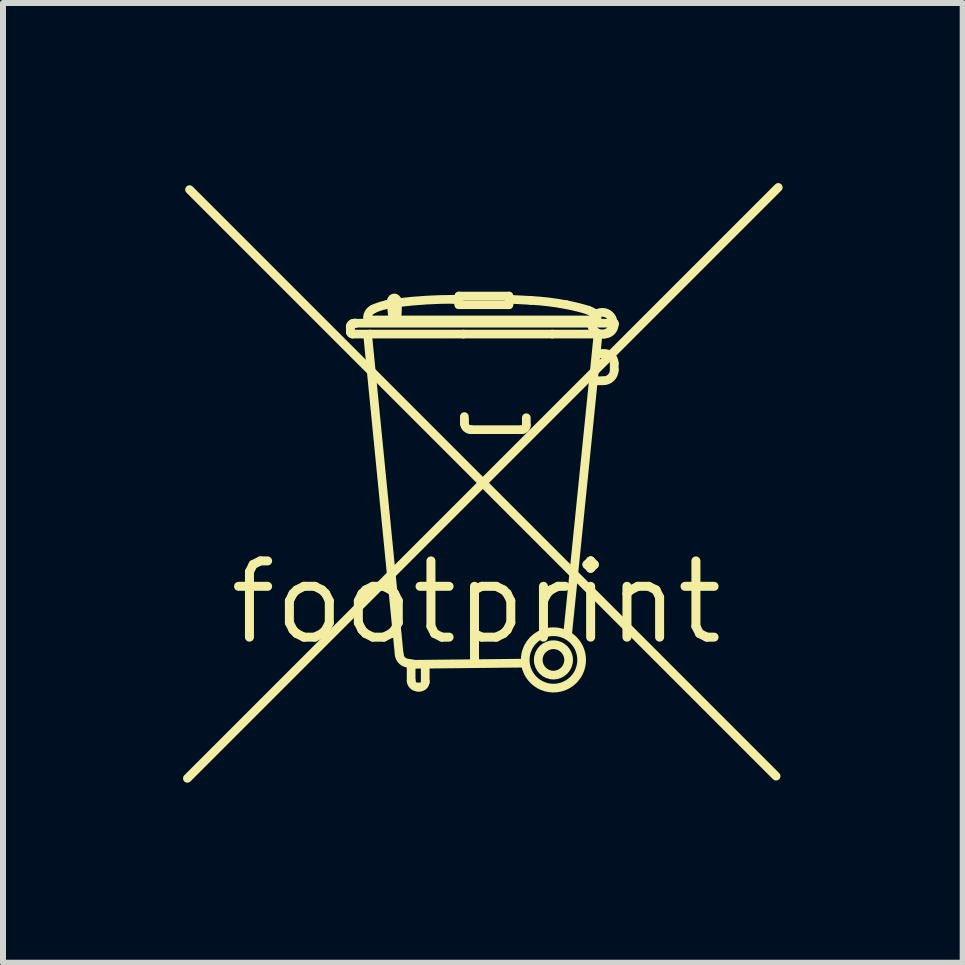
<source format=kicad_pcb>
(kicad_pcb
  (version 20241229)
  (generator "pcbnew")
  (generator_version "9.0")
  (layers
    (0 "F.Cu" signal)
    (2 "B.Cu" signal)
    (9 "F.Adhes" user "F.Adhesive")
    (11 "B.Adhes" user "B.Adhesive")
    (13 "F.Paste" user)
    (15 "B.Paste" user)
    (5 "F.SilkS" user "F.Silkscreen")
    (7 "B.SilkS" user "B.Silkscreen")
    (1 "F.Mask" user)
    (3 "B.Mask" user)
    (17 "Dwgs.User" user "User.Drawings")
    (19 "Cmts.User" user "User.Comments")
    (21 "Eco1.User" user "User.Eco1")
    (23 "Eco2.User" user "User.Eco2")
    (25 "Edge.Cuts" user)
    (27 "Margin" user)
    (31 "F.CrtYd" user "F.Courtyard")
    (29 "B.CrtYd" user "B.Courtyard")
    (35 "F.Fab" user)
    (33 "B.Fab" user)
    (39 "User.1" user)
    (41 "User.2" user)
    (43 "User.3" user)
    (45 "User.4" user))
  (footprint "footprint"
    (layer "F.Cu")
    (at 4.886 6.986)
    (property "Reference" "footprint" (at 0 0 0) (layer "F.SilkS") (effects (font (size 1.27 1.27) (thickness 0.15))))
    (fp_line (start -4.814 2.932) (end 5.031 -6.913) (stroke (width 0.145) (type solid)) (layer "F.SilkS"))
    (fp_line (start -4.778 -6.877) (end 4.995 2.896) (stroke (width 0.145) (type solid)) (layer "F.SilkS"))
    (fp_line (start -2.099 -4.561) (end -2.099 -4.597) (stroke (width 0.145) (type solid)) (layer "F.SilkS"))
    (fp_line (start -2.099 -4.506) (end -2.099 -4.561) (stroke (width 0.145) (type solid)) (layer "F.SilkS"))
    (fp_line (start -2.045 -4.651) (end -2.027 -4.651) (stroke (width 0.145) (type solid)) (layer "F.SilkS"))
    (fp_line (start -2.027 -4.651) (end -2.009 -4.651) (stroke (width 0.145) (type solid)) (layer "F.SilkS"))
    (fp_line (start -2.027 -4.651) (end -2.009 -4.651) (stroke (width 0.145) (type solid)) (layer "F.SilkS"))
    (fp_line (start -2.009 -4.651) (end 2.298 -4.651) (stroke (width 0.145) (type solid)) (layer "F.SilkS"))
    (fp_line (start -1.81 -4.452) (end -1.285 0.869) (stroke (width 0.145) (type solid)) (layer "F.SilkS"))
    (fp_line (start -1.774 -4.47) (end -2.063 -4.47) (stroke (width 0.145) (type solid)) (layer "F.SilkS"))
    (fp_line (start -1.393 -4.741) (end -1.412 -4.922) (stroke (width 0.145) (type solid)) (layer "F.SilkS"))
    (fp_line (start -1.086 1.068) (end -1.086 1.303) (stroke (width 0.145) (type solid)) (layer "F.SilkS"))
    (fp_line (start -1.032 1.032) (end 0.796 1.013) (stroke (width 0.145) (type solid)) (layer "F.SilkS"))
    (fp_line (start -0.977 1.412) (end -0.941 1.412) (stroke (width 0.145) (type solid)) (layer "F.SilkS"))
    (fp_line (start -0.851 1.321) (end -0.851 1.068) (stroke (width 0.145) (type solid)) (layer "F.SilkS"))
    (fp_line (start -0.29 -5.103) (end 0.543 -5.103) (stroke (width 0.145) (type solid)) (layer "F.SilkS"))
    (fp_line (start -0.29 -5.049) (end -0.38 -5.049) (stroke (width 0.145) (type solid)) (layer "F.SilkS"))
    (fp_line (start -0.29 -4.959) (end -0.29 -5.103) (stroke (width 0.145) (type solid)) (layer "F.SilkS"))
    (fp_line (start -0.217 -4.47) (end -1.774 -4.47) (stroke (width 0.145) (type solid)) (layer "F.SilkS"))
    (fp_line (start -0.199 -3.095) (end -0.199 -3.04) (stroke (width 0.145) (type solid)) (layer "F.SilkS"))
    (fp_line (start -0.199 -3.04) (end -0.199 -2.986) (stroke (width 0.145) (type solid)) (layer "F.SilkS"))
    (fp_line (start -0.09 -2.877) (end 0.76 -2.877) (stroke (width 0.145) (type solid)) (layer "F.SilkS"))
    (fp_line (start 0.543 -5.103) (end 0.543 -4.959) (stroke (width 0.145) (type solid)) (layer "F.SilkS"))
    (fp_line (start 0.543 -4.959) (end -0.29 -4.959) (stroke (width 0.145) (type solid)) (layer "F.SilkS"))
    (fp_line (start 0.561 -5.049) (end 0.905 -5.031) (stroke (width 0.145) (type solid)) (layer "F.SilkS"))
    (fp_line (start 0.833 -2.95) (end 0.833 -3.076) (stroke (width 0.145) (type solid)) (layer "F.SilkS"))
    (fp_line (start 1.267 -4.47) (end -0.217 -4.47) (stroke (width 0.145) (type solid)) (layer "F.SilkS"))
    (fp_line (start 1.52 0.543) (end 2.027 -4.452) (stroke (width 0.145) (type solid)) (layer "F.SilkS"))
    (fp_line (start 1.954 -4.705) (end -1.792 -4.705) (stroke (width 0.145) (type solid)) (layer "F.SilkS"))
    (fp_line (start 1.991 -3.692) (end 2.117 -3.692) (stroke (width 0.145) (type solid)) (layer "F.SilkS"))
    (fp_line (start 2.135 -4.47) (end 1.267 -4.47) (stroke (width 0.145) (type solid)) (layer "F.SilkS"))
    (fp_line (start 2.298 -4.651) (end 2.298 -4.633) (stroke (width 0.145) (type solid)) (layer "F.SilkS"))
    (fp_line (start 2.298 -3.873) (end 2.298 -3.981) (stroke (width 0.145) (type solid)) (layer "F.SilkS"))
    (fp_arc (start -2.0993 -4.5967) (mid -2.083389 -4.635061) (end -2.044998 -4.6509) (stroke (width 0.1448) (type solid)) (layer "F.SilkS"))
    (fp_arc (start -2.0631 -4.47) (mid -2.088697 -4.480603) (end -2.0993 -4.5062) (stroke (width 0.1448) (type solid)) (layer "F.SilkS"))
    (fp_arc (start -1.8097 -4.705198) (mid -1.796169 -4.811558) (end -1.7192 -4.8862) (stroke (width 0.1448) (type solid)) (layer "F.SilkS"))
    (fp_arc (start -1.7192 -4.8862) (mid -1.612667 -4.928449) (end -1.5021 -4.9586) (stroke (width 0.1448) (type solid)) (layer "F.SilkS"))
    (fp_arc (start -1.5021 -4.9586) (mid -1.39391 -4.97916) (end -1.2849 -4.9948) (stroke (width 0.1448) (type solid)) (layer "F.SilkS"))
    (fp_arc (start -1.4116 -5.031) (mid -1.366349 -5.071882) (end -1.3211 -5.030998) (stroke (width 0.1448) (type solid)) (layer "F.SilkS"))
    (fp_arc (start -1.4116 -4.9224) (mid -1.414308 -4.9767) (end -1.4116 -5.031) (stroke (width 0.1448) (type solid)) (layer "F.SilkS"))
    (fp_arc (start -1.3211 -5.031) (mid -1.314275 -4.89525) (end -1.3211 -4.7595) (stroke (width 0.1448) (type solid)) (layer "F.SilkS"))
    (fp_arc (start -1.2849 -4.9948) (mid -0.833264 -5.035511) (end -0.38 -5.0491) (stroke (width 0.1448) (type solid)) (layer "F.SilkS"))
    (fp_arc (start -1.1401 1.0134) (mid -1.085498 1.020636) (end -1.0315 1.0315) (stroke (width 0.1448) (type solid)) (layer "F.SilkS"))
    (fp_arc (start -1.140099 1.013401) (mid -1.23838 0.966949) (end -1.2849 0.8687) (stroke (width 0.1448) (type solid)) (layer "F.SilkS"))
    (fp_arc (start -0.9772 1.4116) (mid -1.053992 1.379792) (end -1.0858 1.303) (stroke (width 0.1448) (type solid)) (layer "F.SilkS"))
    (fp_arc (start -0.850599 1.321101) (mid -0.877071 1.385059) (end -0.941 1.4116) (stroke (width 0.1448) (type solid)) (layer "F.SilkS"))
    (fp_arc (start -0.0905 -2.8774) (mid -0.167292 -2.909208) (end -0.1991 -2.986) (stroke (width 0.1448) (type solid)) (layer "F.SilkS"))
    (fp_arc (start 0.8325 -2.9498) (mid 0.811295 -2.898605) (end 0.7601 -2.8774) (stroke (width 0.1448) (type solid)) (layer "F.SilkS"))
    (fp_arc (start 0.9049 -5.031) (mid 1.204732 -5.004963) (end 1.5021 -4.9586) (stroke (width 0.1448) (type solid)) (layer "F.SilkS"))
    (fp_arc (start 1.5021 -4.9586) (mid 1.684324 -4.918446) (end 1.864 -4.8681) (stroke (width 0.1448) (type solid)) (layer "F.SilkS"))
    (fp_arc (start 1.864 -4.8681) (mid 1.92051 -4.84537) (end 1.9726 -4.8138) (stroke (width 0.1448) (type solid)) (layer "F.SilkS"))
    (fp_arc (start 1.9726 -4.8138) (mid 2.00818 -4.765327) (end 2.0088 -4.7052) (stroke (width 0.1448) (type solid)) (layer "F.SilkS"))
    (fp_arc (start 2.099298 -4.144199) (mid 2.237375 -4.109954) (end 2.2983 -3.9814) (stroke (width 0.1448) (type solid)) (layer "F.SilkS"))
    (fp_arc (start 2.0993 -4.1442) (mid 2.0631 -4.140576) (end 2.0269 -4.1442) (stroke (width 0.1448) (type solid)) (layer "F.SilkS"))
    (fp_arc (start 2.2983 -4.6328) (mid 2.250617 -4.517683) (end 2.1355 -4.47) (stroke (width 0.1448) (type solid)) (layer "F.SilkS"))
    (fp_arc (start 2.2983 -3.8728) (mid 2.245336 -3.744834) (end 2.1174 -3.6918) (stroke (width 0.1448) (type solid)) (layer "F.SilkS"))
    (fp_circle (center 1.285 0.959) (end 1.538 0.959) (stroke (width 0.145) (type solid)) (fill no) (layer "F.SilkS"))
    (fp_circle (center 1.285 0.959) (end 1.755 0.959) (stroke (width 0.145) (type solid)) (fill no) (layer "F.SilkS"))
    (fp_circle (center 2.099 -4.651) (end 2.28 -4.651) (stroke (width 0.145) (type solid)) (fill no) (layer "F.SilkS")))
  (gr_rect
    (start -3 -3)
    (end 12.99 12.99)
    (stroke (width 0.1) (type default))
    (fill no)
    (layer "Edge.Cuts")))
</source>
